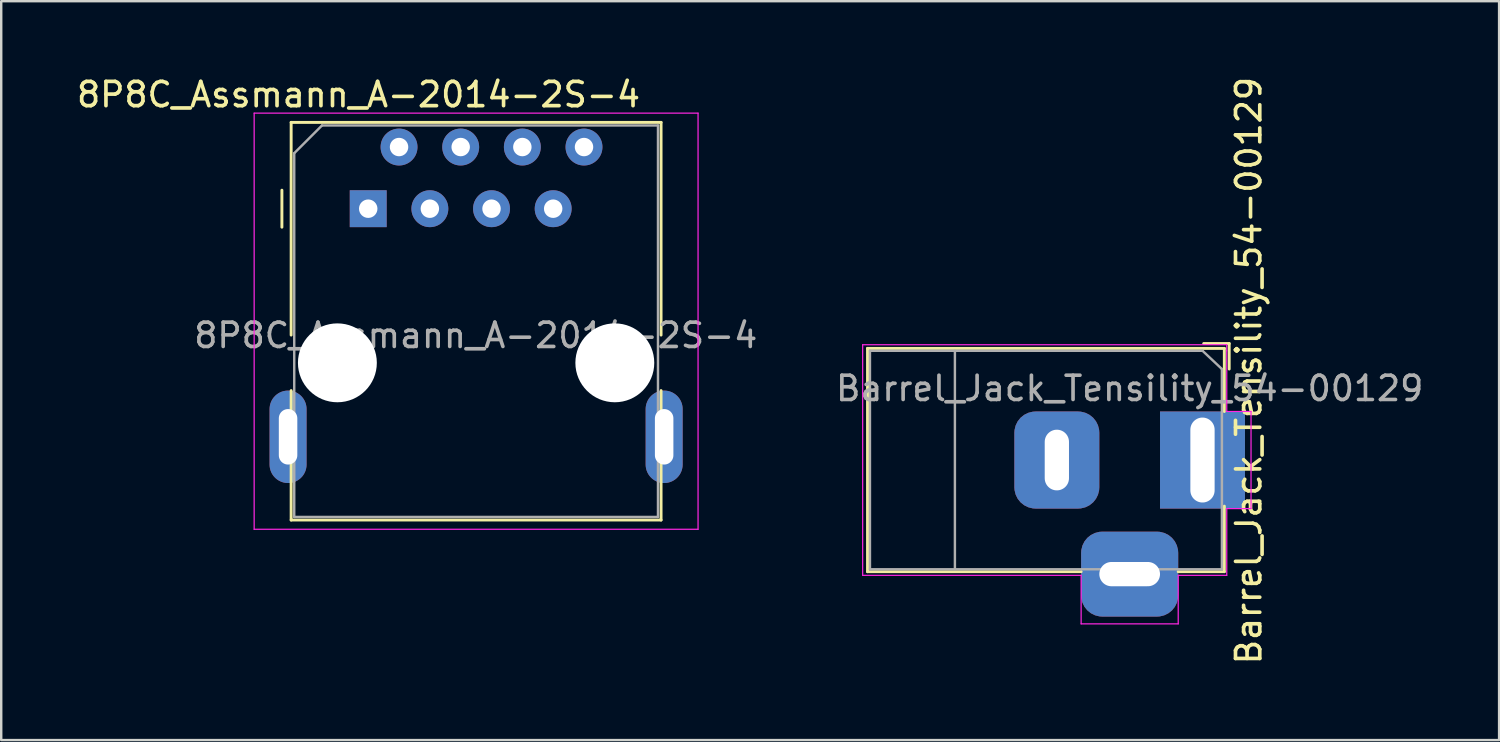
<source format=kicad_pcb>
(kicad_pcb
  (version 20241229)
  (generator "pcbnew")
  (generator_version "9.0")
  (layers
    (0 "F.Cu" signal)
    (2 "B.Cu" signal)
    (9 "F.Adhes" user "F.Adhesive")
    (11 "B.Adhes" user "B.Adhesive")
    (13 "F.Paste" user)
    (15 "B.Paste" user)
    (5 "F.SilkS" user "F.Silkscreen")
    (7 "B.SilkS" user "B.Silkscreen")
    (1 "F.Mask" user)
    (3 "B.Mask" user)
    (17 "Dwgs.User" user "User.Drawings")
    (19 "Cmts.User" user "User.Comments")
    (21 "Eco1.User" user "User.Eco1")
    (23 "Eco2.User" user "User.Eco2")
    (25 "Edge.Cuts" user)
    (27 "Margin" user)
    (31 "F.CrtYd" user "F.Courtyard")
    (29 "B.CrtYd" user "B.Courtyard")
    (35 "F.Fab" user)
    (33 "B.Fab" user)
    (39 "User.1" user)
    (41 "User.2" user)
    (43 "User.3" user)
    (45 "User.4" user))
  (footprint "Barrel_Jack_Tensility_54-00129"
    (layer "F.Cu")
    (at 46.491 15.903)
    (property "Reference" "Barrel_Jack_Tensility_54-00129" (at 1.905 -3.683 90) (layer "F.SilkS") (effects (font (size 1 1) (thickness 0.15))))
    (attr through_hole)
    (fp_line (start -13.8 -4.6) (end 0.9 -4.6) (stroke (width 0.12) (type solid)) (layer "F.SilkS"))
    (fp_line (start -13.8 4.6) (end -13.8 -4.6) (stroke (width 0.12) (type solid)) (layer "F.SilkS"))
    (fp_line (start -5 4.6) (end -13.8 4.6) (stroke (width 0.12) (type solid)) (layer "F.SilkS"))
    (fp_line (start 0.05 -4.8) (end 1.1 -4.8) (stroke (width 0.12) (type solid)) (layer "F.SilkS"))
    (fp_line (start 0.9 -4.6) (end 0.9 -2) (stroke (width 0.12) (type solid)) (layer "F.SilkS"))
    (fp_line (start 0.9 1.9) (end 0.9 4.6) (stroke (width 0.12) (type solid)) (layer "F.SilkS"))
    (fp_line (start 0.9 4.6) (end -1 4.6) (stroke (width 0.12) (type solid)) (layer "F.SilkS"))
    (fp_line (start 1.1 -3.75) (end 1.1 -4.8) (stroke (width 0.12) (type solid)) (layer "F.SilkS"))
    (fp_line (start -14 4.75) (end -14 -4.75) (stroke (width 0.05) (type solid)) (layer "F.CrtYd"))
    (fp_line (start -5 4.75) (end -14 4.75) (stroke (width 0.05) (type solid)) (layer "F.CrtYd"))
    (fp_line (start -5 6.75) (end -5 4.75) (stroke (width 0.05) (type solid)) (layer "F.CrtYd"))
    (fp_line (start -1 4.75) (end -1 6.75) (stroke (width 0.05) (type solid)) (layer "F.CrtYd"))
    (fp_line (start -1 6.75) (end -5 6.75) (stroke (width 0.05) (type solid)) (layer "F.CrtYd"))
    (fp_line (start 1 -4.75) (end -14 -4.75) (stroke (width 0.05) (type solid)) (layer "F.CrtYd"))
    (fp_line (start 1 -4.5) (end 1 -4.75) (stroke (width 0.05) (type solid)) (layer "F.CrtYd"))
    (fp_line (start 1 -4.5) (end 1 -2) (stroke (width 0.05) (type solid)) (layer "F.CrtYd"))
    (fp_line (start 1 -2) (end 2 -2) (stroke (width 0.05) (type solid)) (layer "F.CrtYd"))
    (fp_line (start 1 2) (end 1 4.75) (stroke (width 0.05) (type solid)) (layer "F.CrtYd"))
    (fp_line (start 1 4.75) (end -1 4.75) (stroke (width 0.05) (type solid)) (layer "F.CrtYd"))
    (fp_line (start 2 -2) (end 2 2) (stroke (width 0.05) (type solid)) (layer "F.CrtYd"))
    (fp_line (start 2 2) (end 1 2) (stroke (width 0.05) (type solid)) (layer "F.CrtYd"))
    (fp_line (start -13.7 -4.5) (end -13.7 4.5) (stroke (width 0.1) (type solid)) (layer "F.Fab"))
    (fp_line (start -13.7 4.5) (end 0.8 4.5) (stroke (width 0.1) (type solid)) (layer "F.Fab"))
    (fp_line (start -10.2 -4.5) (end -10.2 4.5) (stroke (width 0.1) (type solid)) (layer "F.Fab"))
    (fp_line (start -0.003 -4.505) (end 0.8 -3.75) (stroke (width 0.1) (type solid)) (layer "F.Fab"))
    (fp_line (start 0 -4.5) (end -13.7 -4.5) (stroke (width 0.1) (type solid)) (layer "F.Fab"))
    (fp_line (start 0.8 4.5) (end 0.8 -3.75) (stroke (width 0.1) (type solid)) (layer "F.Fab"))
    (fp_text user "${REFERENCE}" (at -3 -2.95 0) (layer "F.Fab") (effects (font (size 1 1) (thickness 0.15))))
    (pad "1" thru_hole rect (at 0 0) (size 3.5 4) (drill oval 1 3.5) (layers "*.Cu" "*.Mask"))
    (pad "2" thru_hole roundrect (at -6 0) (size 3.5 4) (drill oval 1 2.5) (layers "*.Cu" "*.Mask") (roundrect_rratio 0.25))
    (pad "3" thru_hole roundrect (at -3 4.7) (size 4 3.5) (drill oval 2.5 1) (layers "*.Cu" "*.Mask") (roundrect_rratio 0.25)))
  (footprint "8P8C_Assmann_A-2014-2S-4"
    (layer "F.Cu")
    (at 12.12 5.548)
    (property "Reference" "8P8C_Assmann_A-2014-2S-4" (at -0.4 -4.7 0) (layer "F.SilkS") (effects (font (size 1 1) (thickness 0.15))))
    (attr through_hole)
    (fp_line (start -3.556 0.762) (end -3.556 -0.762) (stroke (width 0.12) (type solid)) (layer "F.SilkS"))
    (fp_line (start -3.175 -3.556) (end 12.065 -3.556) (stroke (width 0.12) (type solid)) (layer "F.SilkS"))
    (fp_line (start -3.175 5.207) (end -3.175 -3.556) (stroke (width 0.12) (type solid)) (layer "F.SilkS"))
    (fp_line (start -3.175 12.827) (end -3.175 7.493) (stroke (width 0.12) (type solid)) (layer "F.SilkS"))
    (fp_line (start 12.065 -3.556) (end 12.065 5.207) (stroke (width 0.12) (type solid)) (layer "F.SilkS"))
    (fp_line (start 12.065 12.827) (end -3.175 12.827) (stroke (width 0.12) (type solid)) (layer "F.SilkS"))
    (fp_line (start 12.065 12.827) (end 12.065 7.493) (stroke (width 0.12) (type solid)) (layer "F.SilkS"))
    (fp_line (start -4.699 -3.937) (end 13.589 -3.937) (stroke (width 0.05) (type solid)) (layer "F.CrtYd"))
    (fp_line (start -4.699 13.208) (end -4.699 -3.937) (stroke (width 0.05) (type solid)) (layer "F.CrtYd"))
    (fp_line (start 13.589 -3.937) (end 13.589 13.208) (stroke (width 0.05) (type solid)) (layer "F.CrtYd"))
    (fp_line (start 13.589 13.208) (end -4.699 13.208) (stroke (width 0.05) (type solid)) (layer "F.CrtYd"))
    (fp_line (start -3.048 -2.286) (end -1.905 -3.429) (stroke (width 0.1) (type solid)) (layer "F.Fab"))
    (fp_line (start -3.048 12.7) (end -3.048 -2.286) (stroke (width 0.1) (type solid)) (layer "F.Fab"))
    (fp_line (start -1.905 -3.429) (end 11.938 -3.429) (stroke (width 0.1) (type solid)) (layer "F.Fab"))
    (fp_line (start 11.938 -3.429) (end 11.938 12.7) (stroke (width 0.1) (type solid)) (layer "F.Fab"))
    (fp_line (start 11.938 12.7) (end -3.048 12.7) (stroke (width 0.1) (type solid)) (layer "F.Fab"))
    (fp_text user "${REFERENCE}" (at 4.43 5.22 0) (layer "F.Fab") (effects (font (size 1 1) (thickness 0.15))))
    (pad "" np_thru_hole circle (at -1.27 6.35) (size 3.25 3.25) (drill 3.25) (layers "*.Cu" "*.Mask"))
    (pad "" np_thru_hole circle (at 10.16 6.35) (size 3.25 3.25) (drill 3.25) (layers "*.Cu" "*.Mask"))
    (pad "1" thru_hole rect (at 0 0) (size 1.52 1.52) (drill 0.76) (layers "*.Cu" "*.Mask"))
    (pad "2" thru_hole circle (at 1.27 -2.54) (size 1.52 1.52) (drill 0.76) (layers "*.Cu" "*.Mask"))
    (pad "3" thru_hole circle (at 2.54 0) (size 1.52 1.52) (drill 0.76) (layers "*.Cu" "*.Mask"))
    (pad "4" thru_hole circle (at 3.81 -2.54) (size 1.52 1.52) (drill 0.76) (layers "*.Cu" "*.Mask"))
    (pad "5" thru_hole circle (at 5.08 0) (size 1.52 1.52) (drill 0.76) (layers "*.Cu" "*.Mask"))
    (pad "6" thru_hole circle (at 6.35 -2.54) (size 1.52 1.52) (drill 0.76) (layers "*.Cu" "*.Mask"))
    (pad "7" thru_hole circle (at 7.62 0) (size 1.52 1.52) (drill 0.76) (layers "*.Cu" "*.Mask"))
    (pad "8" thru_hole circle (at 8.89 -2.54) (size 1.52 1.52) (drill 0.76) (layers "*.Cu" "*.Mask"))
    (pad "SH" thru_hole oval (at -3.302 9.398) (size 1.524 3.81) (drill oval 0.762 2.286) (layers "*.Cu" "*.Mask"))
    (pad "SH" thru_hole oval (at 12.192 9.398) (size 1.524 3.81) (drill oval 0.762 2.286) (layers "*.Cu" "*.Mask")))
  (gr_rect
    (start -3 -3)
    (end 58.711 27.44)
    (stroke (width 0.1) (type default))
    (fill no)
    (layer "Edge.Cuts")))
</source>
